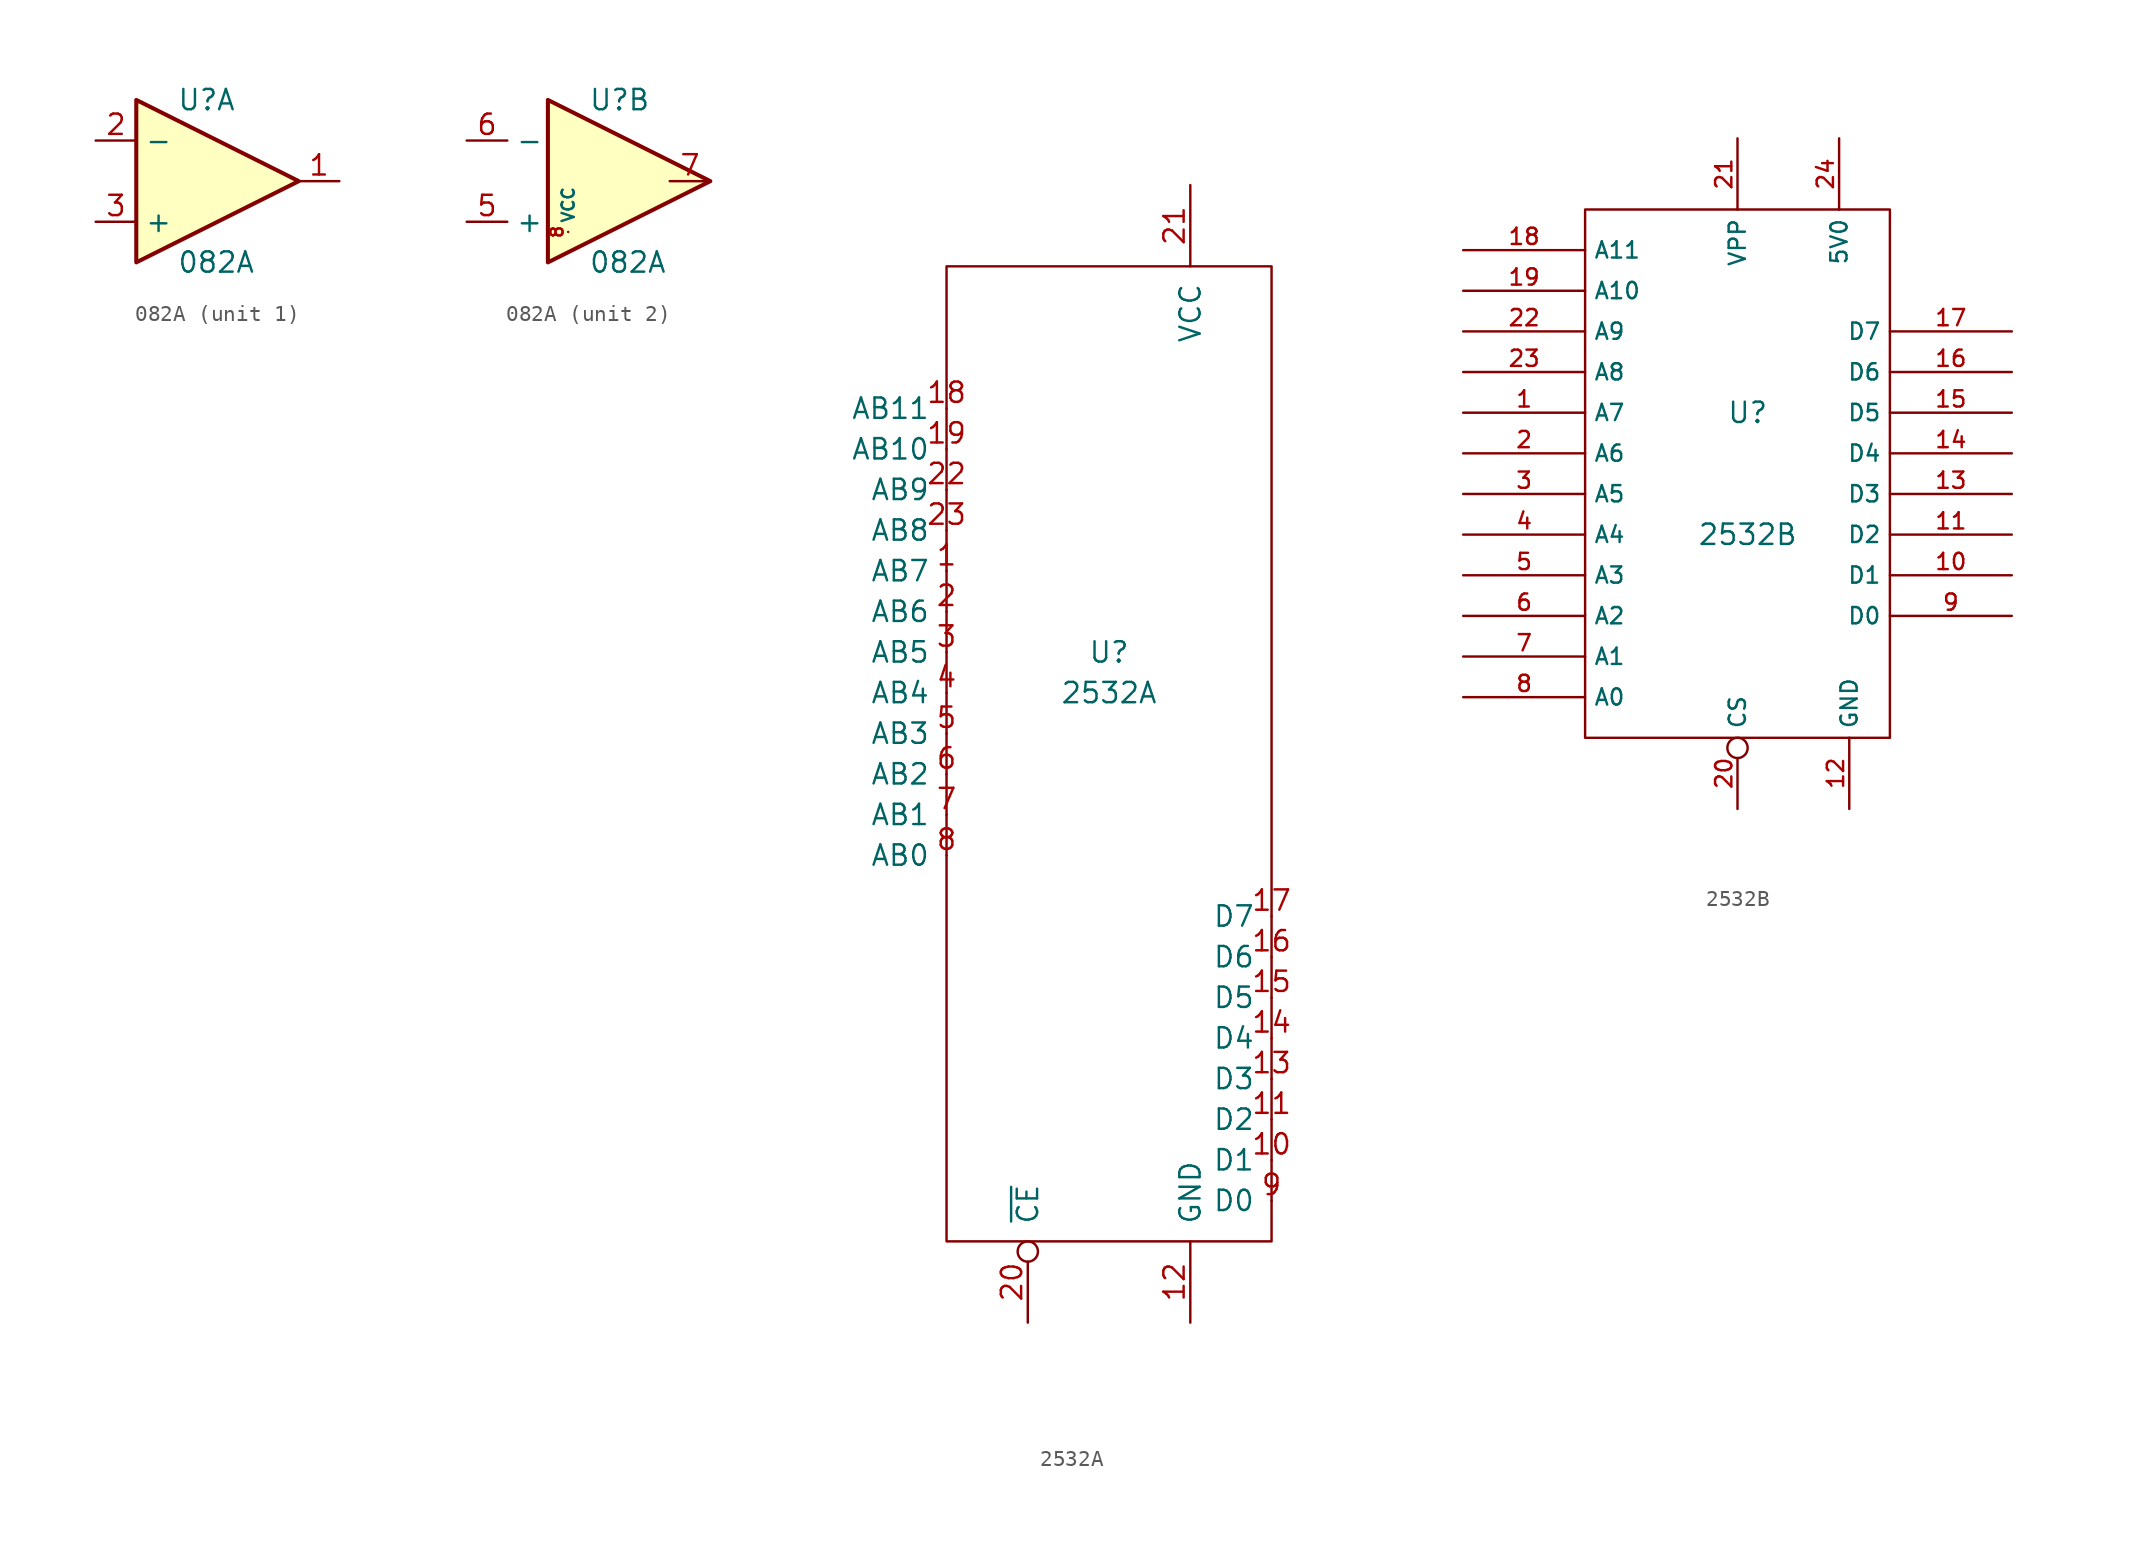
<source format=kicad_sym>
(kicad_symbol_lib
  (version 20211014)
  (generator kicad_symbol_editor)
  (symbol "082A"
    (property "Reference" "U"
      (at 0 5.08 0)
      (effects (font (size 1.27 1.27)) (justify left)))
    (property "Value" "082A"
      (at 0 -5.08 0)
      (effects (font (size 1.27 1.27)) (justify left)))
    (symbol "082A_0_1"
      (polyline (pts (xy -2.54 5.08) (xy 7.62 0) (xy -2.54 -5.08) (xy -2.54 5.08)) (stroke (width 0.254) (type default) (color 0 0 0 0)) (fill (type background))))
    (symbol "082A_1_1"
      (pin output line (at 10.16 0 180) (length 2.54) (name "~" (effects (font (size 1.27 1.27)))) (number "1" (effects (font (size 1.27 1.27)))))
      (pin input line (at -5.08 2.54 0) (length 2.54) (name "-" (effects (font (size 1.27 1.27)))) (number "2" (effects (font (size 1.27 1.27)))))
      (pin input line (at -5.08 -2.54 0) (length 2.54) (name "+" (effects (font (size 1.27 1.27)))) (number "3" (effects (font (size 1.27 1.27))))))
    (symbol "082A_2_1"
      (pin input line (at -7.62 -2.54 0) (length 2.54) (name "+" (effects (font (size 1.27 1.27)))) (number "5" (effects (font (size 1.27 1.27)))))
      (pin input line (at -7.62 2.54 0) (length 2.54) (name "-" (effects (font (size 1.27 1.27)))) (number "6" (effects (font (size 1.27 1.27)))))
      (pin output line (at 7.62 0 180) (length 2.54) (name "~" (effects (font (size 1.27 1.27)))) (number "7" (effects (font (size 1.27 1.27)))))
      (pin bidirectional line (at -1.27 -3.175 90) (length 0) (name "VCC" (effects (font (size 0.762 0.762)))) (number "8" (effects (font (size 0.762 0.762)))))))
  (symbol "2532A"
    (pin_names
      (offset 1.016))
    (property "Reference" "U"
      (at 0 1.27 0)
      (effects (font (size 1.27 1.27))))
    (property "Value" "2532A"
      (at 0 -1.27 0)
      (effects (font (size 1.27 1.27))))
    (symbol "2532A_0_1"
      (rectangle (start -10.16 25.4) (end 10.16 -35.56) (stroke (width 0) (type default) (color 0 0 0 0)) (fill (type none))))
    (symbol "2532A_1_1"
      (pin input line (at -10.16 6.35 180) (length 0) (name "AB7" (effects (font (size 1.27 1.27)))) (number "1" (effects (font (size 1.27 1.27)))))
      (pin bidirectional line (at 10.16 -30.48 180) (length 0) (name "D1" (effects (font (size 1.27 1.27)))) (number "10" (effects (font (size 1.27 1.27)))))
      (pin bidirectional line (at 10.16 -27.94 180) (length 0) (name "D2" (effects (font (size 1.27 1.27)))) (number "11" (effects (font (size 1.27 1.27)))))
      (pin power_in line (at 5.08 -40.64 90) (length 5.08) (name "GND" (effects (font (size 1.27 1.27)))) (number "12" (effects (font (size 1.27 1.27)))))
      (pin bidirectional line (at 10.16 -25.4 180) (length 0) (name "D3" (effects (font (size 1.27 1.27)))) (number "13" (effects (font (size 1.27 1.27)))))
      (pin bidirectional line (at 10.16 -22.86 180) (length 0) (name "D4" (effects (font (size 1.27 1.27)))) (number "14" (effects (font (size 1.27 1.27)))))
      (pin bidirectional line (at 10.16 -20.32 180) (length 0) (name "D5" (effects (font (size 1.27 1.27)))) (number "15" (effects (font (size 1.27 1.27)))))
      (pin bidirectional line (at 10.16 -17.78 180) (length 0) (name "D6" (effects (font (size 1.27 1.27)))) (number "16" (effects (font (size 1.27 1.27)))))
      (pin bidirectional line (at 10.16 -15.24 180) (length 0) (name "D7" (effects (font (size 1.27 1.27)))) (number "17" (effects (font (size 1.27 1.27)))))
      (pin input line (at -10.16 16.51 180) (length 0) (name "AB11" (effects (font (size 1.27 1.27)))) (number "18" (effects (font (size 1.27 1.27)))))
      (pin input line (at -10.16 13.97 180) (length 0) (name "AB10" (effects (font (size 1.27 1.27)))) (number "19" (effects (font (size 1.27 1.27)))))
      (pin input line (at -10.16 3.81 180) (length 0) (name "AB6" (effects (font (size 1.27 1.27)))) (number "2" (effects (font (size 1.27 1.27)))))
      (pin input inverted (at -5.08 -40.64 90) (length 5.08) (name "~{CE}" (effects (font (size 1.27 1.27)))) (number "20" (effects (font (size 1.27 1.27)))))
      (pin power_in line (at 5.08 30.48 270) (length 5.08) (name "VCC" (effects (font (size 1.27 1.27)))) (number "21" (effects (font (size 1.27 1.27)))))
      (pin input line (at -10.16 11.43 180) (length 0) (name "AB9" (effects (font (size 1.27 1.27)))) (number "22" (effects (font (size 1.27 1.27)))))
      (pin input line (at -10.16 8.89 180) (length 0) (name "AB8" (effects (font (size 1.27 1.27)))) (number "23" (effects (font (size 1.27 1.27)))))
      (pin input line (at -10.16 1.27 180) (length 0) (name "AB5" (effects (font (size 1.27 1.27)))) (number "3" (effects (font (size 1.27 1.27)))))
      (pin input line (at -10.16 -1.27 180) (length 0) (name "AB4" (effects (font (size 1.27 1.27)))) (number "4" (effects (font (size 1.27 1.27)))))
      (pin input line (at -10.16 -3.81 180) (length 0) (name "AB3" (effects (font (size 1.27 1.27)))) (number "5" (effects (font (size 1.27 1.27)))))
      (pin input line (at -10.16 -6.35 180) (length 0) (name "AB2" (effects (font (size 1.27 1.27)))) (number "6" (effects (font (size 1.27 1.27)))))
      (pin input line (at -10.16 -8.89 180) (length 0) (name "AB1" (effects (font (size 1.27 1.27)))) (number "7" (effects (font (size 1.27 1.27)))))
      (pin input line (at -10.16 -11.43 180) (length 0) (name "AB0" (effects (font (size 1.27 1.27)))) (number "8" (effects (font (size 1.27 1.27)))))
      (pin bidirectional line (at 10.16 -33.02 180) (length 0) (name "D0" (effects (font (size 1.27 1.27)))) (number "9" (effects (font (size 1.27 1.27)))))))
  (symbol "2532B"
    (property "Reference" "U"
      (at 0 3.81 0)
      (effects (font (size 1.27 1.27))))
    (property "Value" "2532B"
      (at 0 -3.81 0)
      (effects (font (size 1.27 1.27))))
    (symbol "2532B_0_1"
      (polyline (pts (xy -10.16 16.51) (xy 8.89 16.51) (xy 8.89 -16.51) (xy -10.16 -16.51) (xy -10.16 16.51)) (stroke (width 0) (type default) (color 0 0 0 0)) (fill (type none))))
    (symbol "2532B_1_0"
      (pin bidirectional line (at -17.78 3.81 0) (length 7.62) (name "A7" (effects (font (size 1.016 1.016)))) (number "1" (effects (font (size 1.016 1.016)))))
      (pin bidirectional line (at 16.51 -6.35 180) (length 7.62) (name "D1" (effects (font (size 1.016 1.016)))) (number "10" (effects (font (size 1.016 1.016)))))
      (pin bidirectional line (at 16.51 -3.81 180) (length 7.62) (name "D2" (effects (font (size 1.016 1.016)))) (number "11" (effects (font (size 1.016 1.016)))))
      (pin power_in line (at 6.35 -20.955 90) (length 4.45) (name "GND" (effects (font (size 1.016 1.016)))) (number "12" (effects (font (size 1.016 1.016)))))
      (pin bidirectional line (at 16.51 -1.27 180) (length 7.62) (name "D3" (effects (font (size 1.016 1.016)))) (number "13" (effects (font (size 1.016 1.016)))))
      (pin bidirectional line (at 16.51 1.27 180) (length 7.62) (name "D4" (effects (font (size 1.016 1.016)))) (number "14" (effects (font (size 1.016 1.016)))))
      (pin bidirectional line (at 16.51 3.81 180) (length 7.62) (name "D5" (effects (font (size 1.016 1.016)))) (number "15" (effects (font (size 1.016 1.016)))))
      (pin bidirectional line (at 16.51 6.35 180) (length 7.62) (name "D6" (effects (font (size 1.016 1.016)))) (number "16" (effects (font (size 1.016 1.016)))))
      (pin bidirectional line (at 16.51 8.89 180) (length 7.62) (name "D7" (effects (font (size 1.016 1.016)))) (number "17" (effects (font (size 1.016 1.016)))))
      (pin bidirectional line (at -17.78 13.97 0) (length 7.62) (name "A11" (effects (font (size 1.016 1.016)))) (number "18" (effects (font (size 1.016 1.016)))))
      (pin bidirectional line (at -17.78 11.43 0) (length 7.62) (name "A10" (effects (font (size 1.016 1.016)))) (number "19" (effects (font (size 1.016 1.016)))))
      (pin bidirectional line (at -17.78 1.27 0) (length 7.62) (name "A6" (effects (font (size 1.016 1.016)))) (number "2" (effects (font (size 1.016 1.016)))))
      (pin input inverted (at -0.635 -20.955 90) (length 4.45) (name "CS" (effects (font (size 1.016 1.016)))) (number "20" (effects (font (size 1.016 1.016)))))
      (pin input line (at -0.635 20.955 270) (length 4.45) (name "VPP" (effects (font (size 1.016 1.016)))) (number "21" (effects (font (size 1.016 1.016)))))
      (pin bidirectional line (at -17.78 8.89 0) (length 7.62) (name "A9" (effects (font (size 1.016 1.016)))) (number "22" (effects (font (size 1.016 1.016)))))
      (pin bidirectional line (at -17.78 6.35 0) (length 7.62) (name "A8" (effects (font (size 1.016 1.016)))) (number "23" (effects (font (size 1.016 1.016)))))
      (pin power_in line (at 5.715 20.955 270) (length 4.45) (name "5V0" (effects (font (size 1.016 1.016)))) (number "24" (effects (font (size 1.016 1.016)))))
      (pin bidirectional line (at -17.78 -1.27 0) (length 7.62) (name "A5" (effects (font (size 1.016 1.016)))) (number "3" (effects (font (size 1.016 1.016)))))
      (pin bidirectional line (at -17.78 -3.81 0) (length 7.62) (name "A4" (effects (font (size 1.016 1.016)))) (number "4" (effects (font (size 1.016 1.016)))))
      (pin bidirectional line (at -17.78 -6.35 0) (length 7.62) (name "A3" (effects (font (size 1.016 1.016)))) (number "5" (effects (font (size 1.016 1.016)))))
      (pin bidirectional line (at -17.78 -8.89 0) (length 7.62) (name "A2" (effects (font (size 1.016 1.016)))) (number "6" (effects (font (size 1.016 1.016)))))
      (pin bidirectional line (at -17.78 -11.43 0) (length 7.62) (name "A1" (effects (font (size 1.016 1.016)))) (number "7" (effects (font (size 1.016 1.016)))))
      (pin bidirectional line (at -17.78 -13.97 0) (length 7.62) (name "A0" (effects (font (size 1.016 1.016)))) (number "8" (effects (font (size 1.016 1.016)))))
      (pin bidirectional line (at 16.51 -8.89 180) (length 7.62) (name "D0" (effects (font (size 1.016 1.016)))) (number "9" (effects (font (size 1.016 1.016))))))))
</source>
